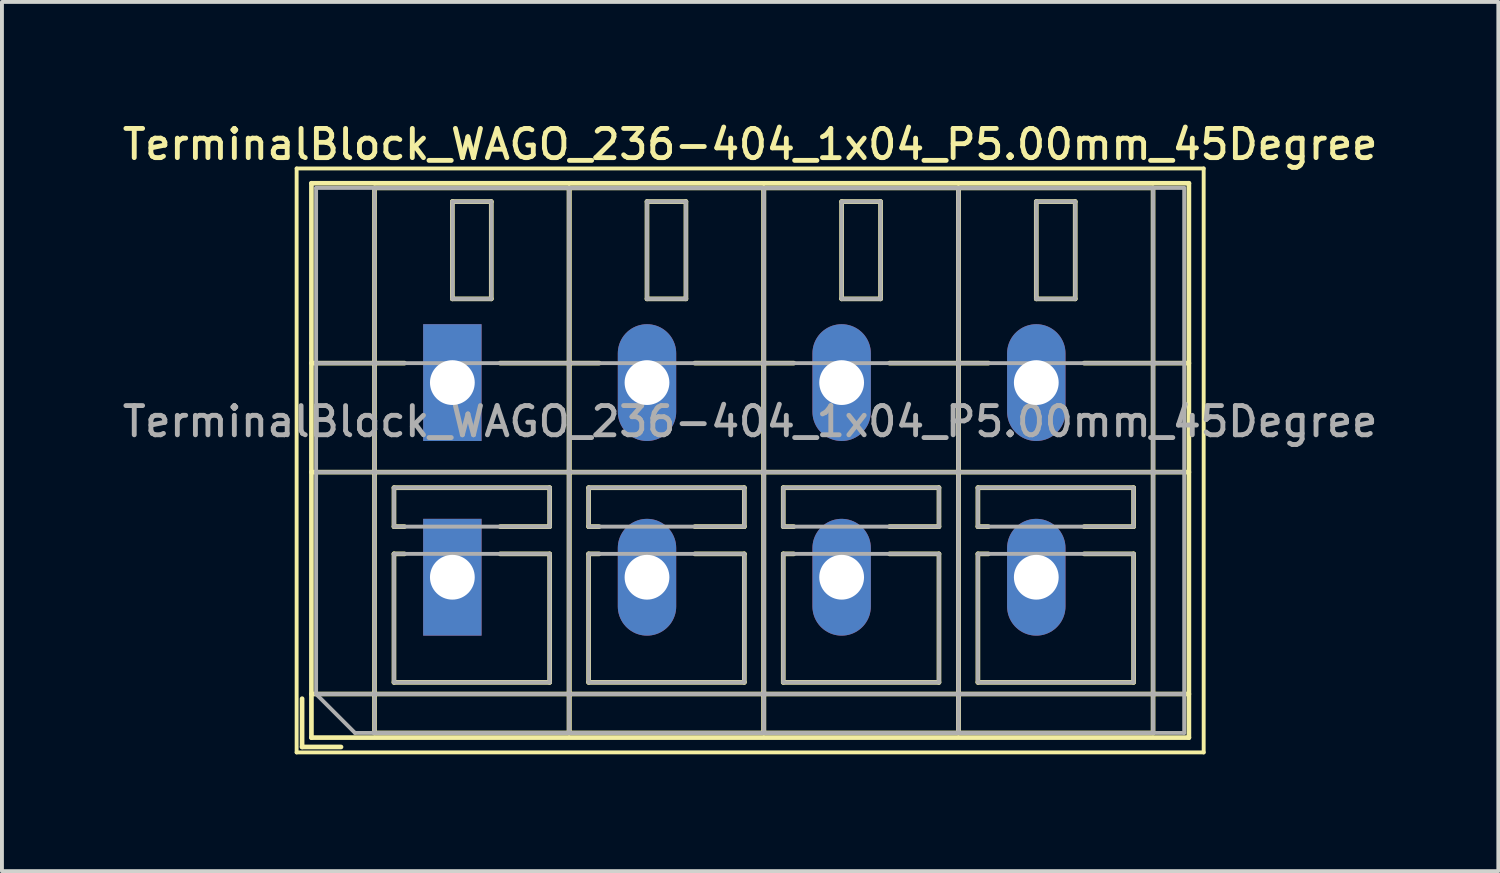
<source format=kicad_pcb>
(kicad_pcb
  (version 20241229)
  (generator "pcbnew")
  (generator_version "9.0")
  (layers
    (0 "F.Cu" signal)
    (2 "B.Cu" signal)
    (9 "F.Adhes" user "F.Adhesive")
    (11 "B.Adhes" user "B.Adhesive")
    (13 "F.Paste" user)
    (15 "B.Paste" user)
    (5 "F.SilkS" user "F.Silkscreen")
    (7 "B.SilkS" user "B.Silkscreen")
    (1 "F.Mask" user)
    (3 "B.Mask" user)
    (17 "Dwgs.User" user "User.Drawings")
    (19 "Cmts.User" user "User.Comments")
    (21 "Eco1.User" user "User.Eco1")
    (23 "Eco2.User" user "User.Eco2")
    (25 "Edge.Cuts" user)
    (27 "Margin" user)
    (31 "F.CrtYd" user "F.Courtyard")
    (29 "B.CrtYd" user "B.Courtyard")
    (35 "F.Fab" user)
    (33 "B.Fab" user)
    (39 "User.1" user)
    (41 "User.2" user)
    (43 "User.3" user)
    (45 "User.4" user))
  (footprint "TerminalBlock_WAGO_236-404_1x04_P5.00mm_45Degree"
    (layer "F.Cu")
    (at 8.57 6.778)
    (property "Reference" "TerminalBlock_WAGO_236-404_1x04_P5.00mm_45Degree" (at 7.65 -6.12 0) (layer "F.SilkS") (effects (font (size 0.75 0.75) (thickness 0.125))))
    (attr through_hole)
    (fp_line (start -4 -5.5) (end -4 9.5) (stroke (width 0.1) (type solid)) (layer "F.SilkS"))
    (fp_line (start -4 9.5) (end 19.3 9.5) (stroke (width 0.1) (type solid)) (layer "F.SilkS"))
    (fp_line (start -3.86 8.12) (end -3.86 9.36) (stroke (width 0.12) (type solid)) (layer "F.SilkS"))
    (fp_line (start -3.86 9.36) (end -2.86 9.36) (stroke (width 0.12) (type solid)) (layer "F.SilkS"))
    (fp_line (start -3.62 -5.12) (end -3.62 9.12) (stroke (width 0.12) (type solid)) (layer "F.SilkS"))
    (fp_line (start -3.62 -5.12) (end 18.92 -5.12) (stroke (width 0.12) (type solid)) (layer "F.SilkS"))
    (fp_line (start -3.62 -0.5) (end -1.23 -0.5) (stroke (width 0.12) (type solid)) (layer "F.SilkS"))
    (fp_line (start -3.62 2.3) (end 18.92 2.3) (stroke (width 0.12) (type solid)) (layer "F.SilkS"))
    (fp_line (start -3.62 8) (end 18.92 8) (stroke (width 0.12) (type solid)) (layer "F.SilkS"))
    (fp_line (start -3.62 9.12) (end 18.92 9.12) (stroke (width 0.12) (type solid)) (layer "F.SilkS"))
    (fp_line (start -2 -5) (end -2 9) (stroke (width 0.12) (type solid)) (layer "F.SilkS"))
    (fp_line (start -2 -5) (end 3 -5) (stroke (width 0.12) (type solid)) (layer "F.SilkS"))
    (fp_line (start -2 9) (end 3 9) (stroke (width 0.12) (type solid)) (layer "F.SilkS"))
    (fp_line (start -1.5 2.7) (end -1.5 3.7) (stroke (width 0.12) (type solid)) (layer "F.SilkS"))
    (fp_line (start -1.5 2.7) (end 2.5 2.7) (stroke (width 0.12) (type solid)) (layer "F.SilkS"))
    (fp_line (start -1.5 3.7) (end -1.23 3.7) (stroke (width 0.12) (type solid)) (layer "F.SilkS"))
    (fp_line (start -1.5 4.4) (end -1.5 7.7) (stroke (width 0.12) (type solid)) (layer "F.SilkS"))
    (fp_line (start -1.5 4.4) (end -1.23 4.4) (stroke (width 0.12) (type solid)) (layer "F.SilkS"))
    (fp_line (start -1.5 7.7) (end 2.5 7.7) (stroke (width 0.12) (type solid)) (layer "F.SilkS"))
    (fp_line (start 0 -4.65) (end 0 -2.151) (stroke (width 0.12) (type solid)) (layer "F.SilkS"))
    (fp_line (start 0 -4.65) (end 1 -4.65) (stroke (width 0.12) (type solid)) (layer "F.SilkS"))
    (fp_line (start 0 -2.151) (end 1 -2.151) (stroke (width 0.12) (type solid)) (layer "F.SilkS"))
    (fp_line (start 1 -4.65) (end 1 -2.151) (stroke (width 0.12) (type solid)) (layer "F.SilkS"))
    (fp_line (start 1.23 -0.5) (end 3.77 -0.5) (stroke (width 0.12) (type solid)) (layer "F.SilkS"))
    (fp_line (start 1.23 3.7) (end 2.5 3.7) (stroke (width 0.12) (type solid)) (layer "F.SilkS"))
    (fp_line (start 1.23 4.4) (end 2.5 4.4) (stroke (width 0.12) (type solid)) (layer "F.SilkS"))
    (fp_line (start 2.5 2.7) (end 2.5 3.7) (stroke (width 0.12) (type solid)) (layer "F.SilkS"))
    (fp_line (start 2.5 4.4) (end 2.5 7.7) (stroke (width 0.12) (type solid)) (layer "F.SilkS"))
    (fp_line (start 3 -5) (end 3 9) (stroke (width 0.12) (type solid)) (layer "F.SilkS"))
    (fp_line (start 3 -5) (end 3 9) (stroke (width 0.12) (type solid)) (layer "F.SilkS"))
    (fp_line (start 3 -5) (end 8 -5) (stroke (width 0.12) (type solid)) (layer "F.SilkS"))
    (fp_line (start 3 9) (end 8 9) (stroke (width 0.12) (type solid)) (layer "F.SilkS"))
    (fp_line (start 3.5 2.7) (end 3.5 3.7) (stroke (width 0.12) (type solid)) (layer "F.SilkS"))
    (fp_line (start 3.5 2.7) (end 7.5 2.7) (stroke (width 0.12) (type solid)) (layer "F.SilkS"))
    (fp_line (start 3.5 3.7) (end 3.77 3.7) (stroke (width 0.12) (type solid)) (layer "F.SilkS"))
    (fp_line (start 3.5 4.4) (end 3.5 7.7) (stroke (width 0.12) (type solid)) (layer "F.SilkS"))
    (fp_line (start 3.5 4.4) (end 3.77 4.4) (stroke (width 0.12) (type solid)) (layer "F.SilkS"))
    (fp_line (start 3.5 7.7) (end 7.5 7.7) (stroke (width 0.12) (type solid)) (layer "F.SilkS"))
    (fp_line (start 5 -4.65) (end 5 -2.151) (stroke (width 0.12) (type solid)) (layer "F.SilkS"))
    (fp_line (start 5 -4.65) (end 6 -4.65) (stroke (width 0.12) (type solid)) (layer "F.SilkS"))
    (fp_line (start 5 -2.151) (end 6 -2.151) (stroke (width 0.12) (type solid)) (layer "F.SilkS"))
    (fp_line (start 6 -4.65) (end 6 -2.151) (stroke (width 0.12) (type solid)) (layer "F.SilkS"))
    (fp_line (start 6.23 -0.5) (end 8.77 -0.5) (stroke (width 0.12) (type solid)) (layer "F.SilkS"))
    (fp_line (start 6.23 3.7) (end 7.5 3.7) (stroke (width 0.12) (type solid)) (layer "F.SilkS"))
    (fp_line (start 6.23 4.4) (end 7.5 4.4) (stroke (width 0.12) (type solid)) (layer "F.SilkS"))
    (fp_line (start 7.5 2.7) (end 7.5 3.7) (stroke (width 0.12) (type solid)) (layer "F.SilkS"))
    (fp_line (start 7.5 4.4) (end 7.5 7.7) (stroke (width 0.12) (type solid)) (layer "F.SilkS"))
    (fp_line (start 8 -5) (end 8 9) (stroke (width 0.12) (type solid)) (layer "F.SilkS"))
    (fp_line (start 8 -5) (end 8 9) (stroke (width 0.12) (type solid)) (layer "F.SilkS"))
    (fp_line (start 8 -5) (end 13 -5) (stroke (width 0.12) (type solid)) (layer "F.SilkS"))
    (fp_line (start 8 9) (end 13 9) (stroke (width 0.12) (type solid)) (layer "F.SilkS"))
    (fp_line (start 8.5 2.7) (end 8.5 3.7) (stroke (width 0.12) (type solid)) (layer "F.SilkS"))
    (fp_line (start 8.5 2.7) (end 12.5 2.7) (stroke (width 0.12) (type solid)) (layer "F.SilkS"))
    (fp_line (start 8.5 3.7) (end 8.77 3.7) (stroke (width 0.12) (type solid)) (layer "F.SilkS"))
    (fp_line (start 8.5 4.4) (end 8.5 7.7) (stroke (width 0.12) (type solid)) (layer "F.SilkS"))
    (fp_line (start 8.5 4.4) (end 8.77 4.4) (stroke (width 0.12) (type solid)) (layer "F.SilkS"))
    (fp_line (start 8.5 7.7) (end 12.5 7.7) (stroke (width 0.12) (type solid)) (layer "F.SilkS"))
    (fp_line (start 10 -4.65) (end 10 -2.151) (stroke (width 0.12) (type solid)) (layer "F.SilkS"))
    (fp_line (start 10 -4.65) (end 11 -4.65) (stroke (width 0.12) (type solid)) (layer "F.SilkS"))
    (fp_line (start 10 -2.151) (end 11 -2.151) (stroke (width 0.12) (type solid)) (layer "F.SilkS"))
    (fp_line (start 11 -4.65) (end 11 -2.151) (stroke (width 0.12) (type solid)) (layer "F.SilkS"))
    (fp_line (start 11.23 -0.5) (end 13.77 -0.5) (stroke (width 0.12) (type solid)) (layer "F.SilkS"))
    (fp_line (start 11.23 3.7) (end 12.5 3.7) (stroke (width 0.12) (type solid)) (layer "F.SilkS"))
    (fp_line (start 11.23 4.4) (end 12.5 4.4) (stroke (width 0.12) (type solid)) (layer "F.SilkS"))
    (fp_line (start 12.5 2.7) (end 12.5 3.7) (stroke (width 0.12) (type solid)) (layer "F.SilkS"))
    (fp_line (start 12.5 4.4) (end 12.5 7.7) (stroke (width 0.12) (type solid)) (layer "F.SilkS"))
    (fp_line (start 13 -5) (end 13 9) (stroke (width 0.12) (type solid)) (layer "F.SilkS"))
    (fp_line (start 13 -5) (end 13 9) (stroke (width 0.12) (type solid)) (layer "F.SilkS"))
    (fp_line (start 13 -5) (end 18 -5) (stroke (width 0.12) (type solid)) (layer "F.SilkS"))
    (fp_line (start 13 9) (end 18 9) (stroke (width 0.12) (type solid)) (layer "F.SilkS"))
    (fp_line (start 13.5 2.7) (end 13.5 3.7) (stroke (width 0.12) (type solid)) (layer "F.SilkS"))
    (fp_line (start 13.5 2.7) (end 17.5 2.7) (stroke (width 0.12) (type solid)) (layer "F.SilkS"))
    (fp_line (start 13.5 3.7) (end 13.77 3.7) (stroke (width 0.12) (type solid)) (layer "F.SilkS"))
    (fp_line (start 13.5 4.4) (end 13.5 7.7) (stroke (width 0.12) (type solid)) (layer "F.SilkS"))
    (fp_line (start 13.5 4.4) (end 13.77 4.4) (stroke (width 0.12) (type solid)) (layer "F.SilkS"))
    (fp_line (start 13.5 7.7) (end 17.5 7.7) (stroke (width 0.12) (type solid)) (layer "F.SilkS"))
    (fp_line (start 15 -4.65) (end 15 -2.151) (stroke (width 0.12) (type solid)) (layer "F.SilkS"))
    (fp_line (start 15 -4.65) (end 16 -4.65) (stroke (width 0.12) (type solid)) (layer "F.SilkS"))
    (fp_line (start 15 -2.151) (end 16 -2.151) (stroke (width 0.12) (type solid)) (layer "F.SilkS"))
    (fp_line (start 16 -4.65) (end 16 -2.151) (stroke (width 0.12) (type solid)) (layer "F.SilkS"))
    (fp_line (start 16.23 -0.5) (end 18.92 -0.5) (stroke (width 0.12) (type solid)) (layer "F.SilkS"))
    (fp_line (start 16.23 3.7) (end 17.5 3.7) (stroke (width 0.12) (type solid)) (layer "F.SilkS"))
    (fp_line (start 16.23 4.4) (end 17.5 4.4) (stroke (width 0.12) (type solid)) (layer "F.SilkS"))
    (fp_line (start 17.5 2.7) (end 17.5 3.7) (stroke (width 0.12) (type solid)) (layer "F.SilkS"))
    (fp_line (start 17.5 4.4) (end 17.5 7.7) (stroke (width 0.12) (type solid)) (layer "F.SilkS"))
    (fp_line (start 18 -5) (end 18 9) (stroke (width 0.12) (type solid)) (layer "F.SilkS"))
    (fp_line (start 18.92 -5.12) (end 18.92 9.12) (stroke (width 0.12) (type solid)) (layer "F.SilkS"))
    (fp_line (start 19.3 -5.5) (end -4 -5.5) (stroke (width 0.1) (type solid)) (layer "F.SilkS"))
    (fp_line (start 19.3 9.5) (end 19.3 -5.5) (stroke (width 0.1) (type solid)) (layer "F.SilkS"))
    (fp_line (start -3.5 -5) (end 18.8 -5) (stroke (width 0.1) (type solid)) (layer "F.Fab"))
    (fp_line (start -3.5 -0.5) (end 18.8 -0.5) (stroke (width 0.1) (type solid)) (layer "F.Fab"))
    (fp_line (start -3.5 2.3) (end 18.8 2.3) (stroke (width 0.1) (type solid)) (layer "F.Fab"))
    (fp_line (start -3.5 8) (end -3.5 -5) (stroke (width 0.1) (type solid)) (layer "F.Fab"))
    (fp_line (start -3.5 8) (end 18.8 8) (stroke (width 0.1) (type solid)) (layer "F.Fab"))
    (fp_line (start -2.5 9) (end -3.5 8) (stroke (width 0.1) (type solid)) (layer "F.Fab"))
    (fp_line (start -2 -5) (end -2 9) (stroke (width 0.1) (type solid)) (layer "F.Fab"))
    (fp_line (start -2 9) (end 3 9) (stroke (width 0.1) (type solid)) (layer "F.Fab"))
    (fp_line (start -1.5 2.7) (end -1.5 3.7) (stroke (width 0.1) (type solid)) (layer "F.Fab"))
    (fp_line (start -1.5 3.7) (end 2.5 3.7) (stroke (width 0.1) (type solid)) (layer "F.Fab"))
    (fp_line (start -1.5 4.4) (end -1.5 7.7) (stroke (width 0.1) (type solid)) (layer "F.Fab"))
    (fp_line (start -1.5 7.7) (end 2.5 7.7) (stroke (width 0.1) (type solid)) (layer "F.Fab"))
    (fp_line (start 0 -4.65) (end 0 -2.15) (stroke (width 0.1) (type solid)) (layer "F.Fab"))
    (fp_line (start 0 -2.15) (end 1 -2.15) (stroke (width 0.1) (type solid)) (layer "F.Fab"))
    (fp_line (start 1 -4.65) (end 0 -4.65) (stroke (width 0.1) (type solid)) (layer "F.Fab"))
    (fp_line (start 1 -2.15) (end 1 -4.65) (stroke (width 0.1) (type solid)) (layer "F.Fab"))
    (fp_line (start 2.5 2.7) (end -1.5 2.7) (stroke (width 0.1) (type solid)) (layer "F.Fab"))
    (fp_line (start 2.5 3.7) (end 2.5 2.7) (stroke (width 0.1) (type solid)) (layer "F.Fab"))
    (fp_line (start 2.5 4.4) (end -1.5 4.4) (stroke (width 0.1) (type solid)) (layer "F.Fab"))
    (fp_line (start 2.5 7.7) (end 2.5 4.4) (stroke (width 0.1) (type solid)) (layer "F.Fab"))
    (fp_line (start 3 -5) (end -2 -5) (stroke (width 0.1) (type solid)) (layer "F.Fab"))
    (fp_line (start 3 -5) (end 3 9) (stroke (width 0.1) (type solid)) (layer "F.Fab"))
    (fp_line (start 3 9) (end 3 -5) (stroke (width 0.1) (type solid)) (layer "F.Fab"))
    (fp_line (start 3 9) (end 8 9) (stroke (width 0.1) (type solid)) (layer "F.Fab"))
    (fp_line (start 3.5 2.7) (end 3.5 3.7) (stroke (width 0.1) (type solid)) (layer "F.Fab"))
    (fp_line (start 3.5 3.7) (end 7.5 3.7) (stroke (width 0.1) (type solid)) (layer "F.Fab"))
    (fp_line (start 3.5 4.4) (end 3.5 7.7) (stroke (width 0.1) (type solid)) (layer "F.Fab"))
    (fp_line (start 3.5 7.7) (end 7.5 7.7) (stroke (width 0.1) (type solid)) (layer "F.Fab"))
    (fp_line (start 5 -4.65) (end 5 -2.15) (stroke (width 0.1) (type solid)) (layer "F.Fab"))
    (fp_line (start 5 -2.15) (end 6 -2.15) (stroke (width 0.1) (type solid)) (layer "F.Fab"))
    (fp_line (start 6 -4.65) (end 5 -4.65) (stroke (width 0.1) (type solid)) (layer "F.Fab"))
    (fp_line (start 6 -2.15) (end 6 -4.65) (stroke (width 0.1) (type solid)) (layer "F.Fab"))
    (fp_line (start 7.5 2.7) (end 3.5 2.7) (stroke (width 0.1) (type solid)) (layer "F.Fab"))
    (fp_line (start 7.5 3.7) (end 7.5 2.7) (stroke (width 0.1) (type solid)) (layer "F.Fab"))
    (fp_line (start 7.5 4.4) (end 3.5 4.4) (stroke (width 0.1) (type solid)) (layer "F.Fab"))
    (fp_line (start 7.5 7.7) (end 7.5 4.4) (stroke (width 0.1) (type solid)) (layer "F.Fab"))
    (fp_line (start 8 -5) (end 3 -5) (stroke (width 0.1) (type solid)) (layer "F.Fab"))
    (fp_line (start 8 -5) (end 8 9) (stroke (width 0.1) (type solid)) (layer "F.Fab"))
    (fp_line (start 8 9) (end 8 -5) (stroke (width 0.1) (type solid)) (layer "F.Fab"))
    (fp_line (start 8 9) (end 13 9) (stroke (width 0.1) (type solid)) (layer "F.Fab"))
    (fp_line (start 8.5 2.7) (end 8.5 3.7) (stroke (width 0.1) (type solid)) (layer "F.Fab"))
    (fp_line (start 8.5 3.7) (end 12.5 3.7) (stroke (width 0.1) (type solid)) (layer "F.Fab"))
    (fp_line (start 8.5 4.4) (end 8.5 7.7) (stroke (width 0.1) (type solid)) (layer "F.Fab"))
    (fp_line (start 8.5 7.7) (end 12.5 7.7) (stroke (width 0.1) (type solid)) (layer "F.Fab"))
    (fp_line (start 10 -4.65) (end 10 -2.15) (stroke (width 0.1) (type solid)) (layer "F.Fab"))
    (fp_line (start 10 -2.15) (end 11 -2.15) (stroke (width 0.1) (type solid)) (layer "F.Fab"))
    (fp_line (start 11 -4.65) (end 10 -4.65) (stroke (width 0.1) (type solid)) (layer "F.Fab"))
    (fp_line (start 11 -2.15) (end 11 -4.65) (stroke (width 0.1) (type solid)) (layer "F.Fab"))
    (fp_line (start 12.5 2.7) (end 8.5 2.7) (stroke (width 0.1) (type solid)) (layer "F.Fab"))
    (fp_line (start 12.5 3.7) (end 12.5 2.7) (stroke (width 0.1) (type solid)) (layer "F.Fab"))
    (fp_line (start 12.5 4.4) (end 8.5 4.4) (stroke (width 0.1) (type solid)) (layer "F.Fab"))
    (fp_line (start 12.5 7.7) (end 12.5 4.4) (stroke (width 0.1) (type solid)) (layer "F.Fab"))
    (fp_line (start 13 -5) (end 8 -5) (stroke (width 0.1) (type solid)) (layer "F.Fab"))
    (fp_line (start 13 -5) (end 13 9) (stroke (width 0.1) (type solid)) (layer "F.Fab"))
    (fp_line (start 13 9) (end 13 -5) (stroke (width 0.1) (type solid)) (layer "F.Fab"))
    (fp_line (start 13 9) (end 18 9) (stroke (width 0.1) (type solid)) (layer "F.Fab"))
    (fp_line (start 13.5 2.7) (end 13.5 3.7) (stroke (width 0.1) (type solid)) (layer "F.Fab"))
    (fp_line (start 13.5 3.7) (end 17.5 3.7) (stroke (width 0.1) (type solid)) (layer "F.Fab"))
    (fp_line (start 13.5 4.4) (end 13.5 7.7) (stroke (width 0.1) (type solid)) (layer "F.Fab"))
    (fp_line (start 13.5 7.7) (end 17.5 7.7) (stroke (width 0.1) (type solid)) (layer "F.Fab"))
    (fp_line (start 15 -4.65) (end 15 -2.15) (stroke (width 0.1) (type solid)) (layer "F.Fab"))
    (fp_line (start 15 -2.15) (end 16 -2.15) (stroke (width 0.1) (type solid)) (layer "F.Fab"))
    (fp_line (start 16 -4.65) (end 15 -4.65) (stroke (width 0.1) (type solid)) (layer "F.Fab"))
    (fp_line (start 16 -2.15) (end 16 -4.65) (stroke (width 0.1) (type solid)) (layer "F.Fab"))
    (fp_line (start 17.5 2.7) (end 13.5 2.7) (stroke (width 0.1) (type solid)) (layer "F.Fab"))
    (fp_line (start 17.5 3.7) (end 17.5 2.7) (stroke (width 0.1) (type solid)) (layer "F.Fab"))
    (fp_line (start 17.5 4.4) (end 13.5 4.4) (stroke (width 0.1) (type solid)) (layer "F.Fab"))
    (fp_line (start 17.5 7.7) (end 17.5 4.4) (stroke (width 0.1) (type solid)) (layer "F.Fab"))
    (fp_line (start 18 -5) (end 13 -5) (stroke (width 0.1) (type solid)) (layer "F.Fab"))
    (fp_line (start 18 9) (end 18 -5) (stroke (width 0.1) (type solid)) (layer "F.Fab"))
    (fp_line (start 18.8 -5) (end 18.8 9) (stroke (width 0.1) (type solid)) (layer "F.Fab"))
    (fp_line (start 18.8 9) (end -2.5 9) (stroke (width 0.1) (type solid)) (layer "F.Fab"))
    (fp_text user "${REFERENCE}" (at 7.65 1 0) (layer "F.Fab") (effects (font (size 0.75 0.75) (thickness 0.125))))
    (pad "1" thru_hole rect (at 0 0) (size 1.5 3) (drill 1.15) (layers "*.Cu" "*.Mask"))
    (pad "1" thru_hole rect (at 0 5) (size 1.5 3) (drill 1.15) (layers "*.Cu" "*.Mask"))
    (pad "2" thru_hole oval (at 5 0) (size 1.5 3) (drill 1.15) (layers "*.Cu" "*.Mask"))
    (pad "2" thru_hole oval (at 5 5) (size 1.5 3) (drill 1.15) (layers "*.Cu" "*.Mask"))
    (pad "3" thru_hole oval (at 10 0) (size 1.5 3) (drill 1.15) (layers "*.Cu" "*.Mask"))
    (pad "3" thru_hole oval (at 10 5) (size 1.5 3) (drill 1.15) (layers "*.Cu" "*.Mask"))
    (pad "4" thru_hole oval (at 15 0) (size 1.5 3) (drill 1.15) (layers "*.Cu" "*.Mask"))
    (pad "4" thru_hole oval (at 15 5) (size 1.5 3) (drill 1.15) (layers "*.Cu" "*.Mask")))
  (gr_rect
    (start -3 -3)
    (end 35.439 19.328)
    (stroke (width 0.1) (type default))
    (fill no)
    (layer "Edge.Cuts")))
</source>
